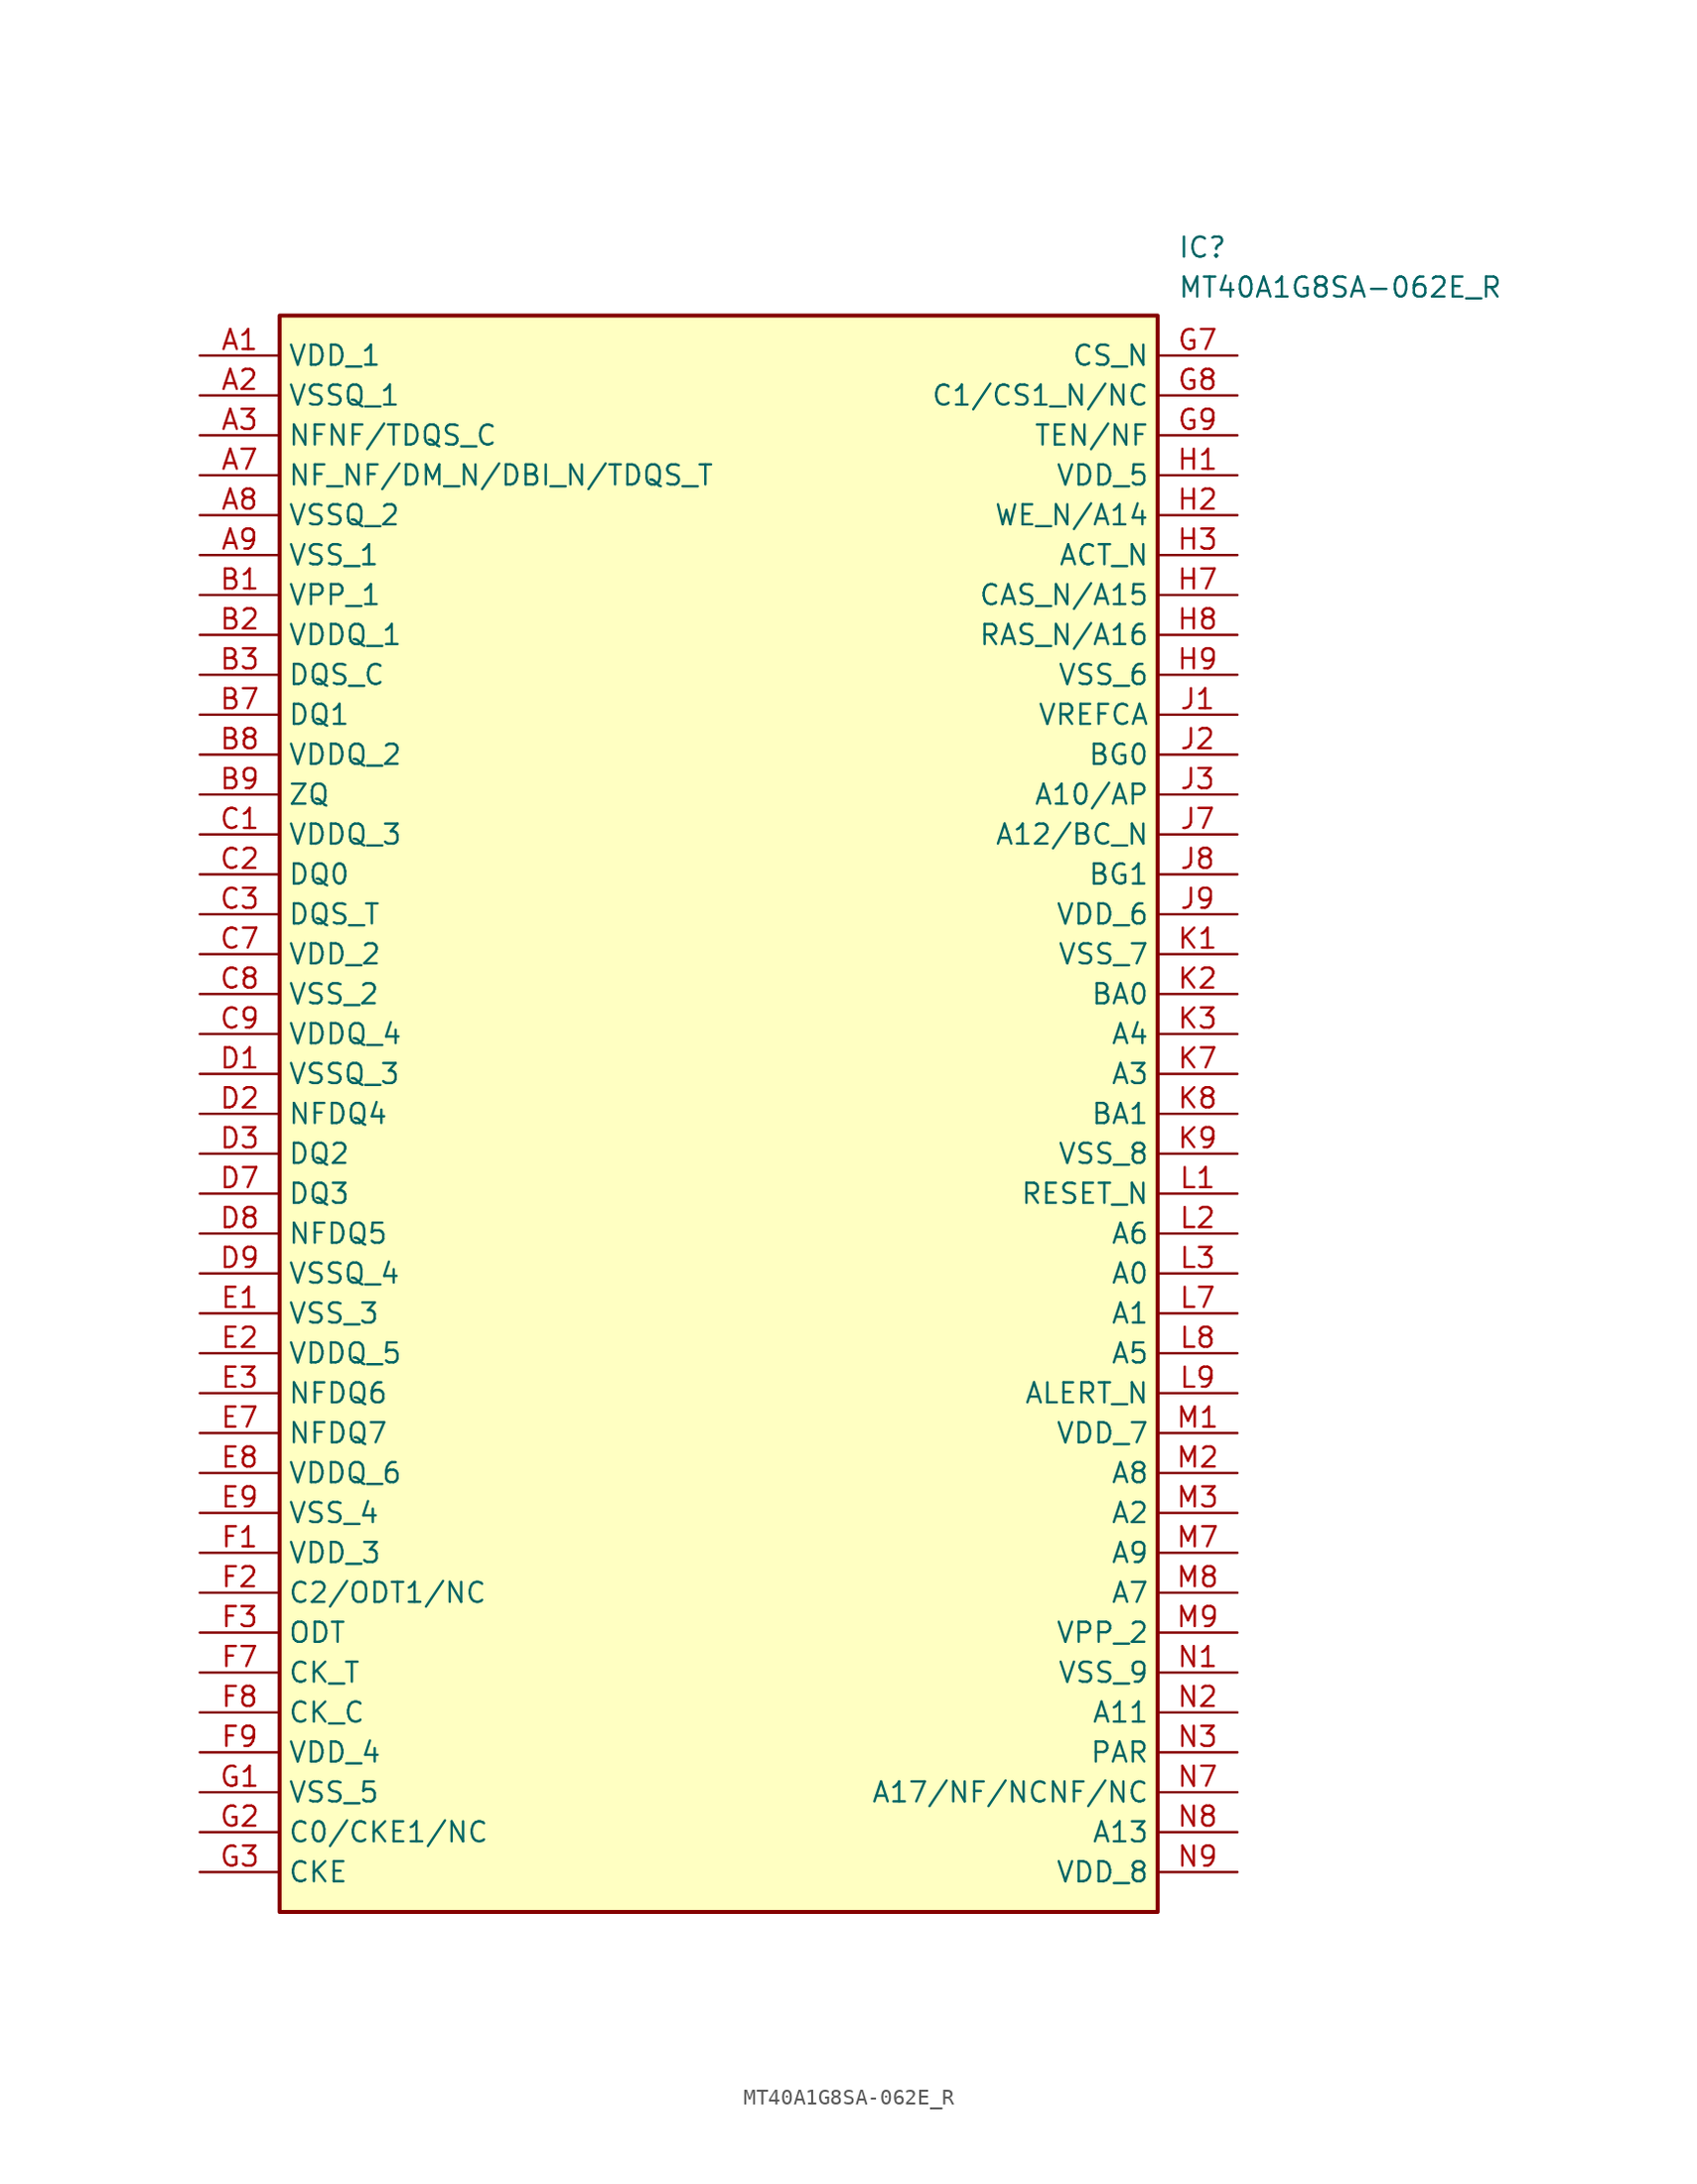
<source format=kicad_sym>
(kicad_symbol_lib
  (version 20231120)
  (generator "kicad_symbol_editor")
  (generator_version "8.0")
  (symbol "MT40A1G8SA-062E_R"
    (property "Reference" "IC"
      (at 62.23 7.62 0)
      (effects (font (size 1.27 1.27)) (justify left top)))
    (property "Value" "MT40A1G8SA-062E_R"
      (at 62.23 5.08 0)
      (effects (font (size 1.27 1.27)) (justify left top)))
    (symbol "MT40A1G8SA-062E_R_1_1"
      (rectangle (start 5.08 2.54) (end 60.96 -99.06) (stroke (width 0.254) (type default)) (fill (type background)))
      (pin passive line (at 0 0 0) (length 5.08) (name "VDD_1" (effects (font (size 1.27 1.27)))) (number "A1" (effects (font (size 1.27 1.27)))))
      (pin passive line (at 0 -2.54 0) (length 5.08) (name "VSSQ_1" (effects (font (size 1.27 1.27)))) (number "A2" (effects (font (size 1.27 1.27)))))
      (pin passive line (at 0 -5.08 0) (length 5.08) (name "NFNF/TDQS_C" (effects (font (size 1.27 1.27)))) (number "A3" (effects (font (size 1.27 1.27)))))
      (pin passive line (at 0 -7.62 0) (length 5.08) (name "NF_NF/DM_N/DBI_N/TDQS_T" (effects (font (size 1.27 1.27)))) (number "A7" (effects (font (size 1.27 1.27)))))
      (pin passive line (at 0 -10.16 0) (length 5.08) (name "VSSQ_2" (effects (font (size 1.27 1.27)))) (number "A8" (effects (font (size 1.27 1.27)))))
      (pin passive line (at 0 -12.7 0) (length 5.08) (name "VSS_1" (effects (font (size 1.27 1.27)))) (number "A9" (effects (font (size 1.27 1.27)))))
      (pin passive line (at 0 -15.24 0) (length 5.08) (name "VPP_1" (effects (font (size 1.27 1.27)))) (number "B1" (effects (font (size 1.27 1.27)))))
      (pin passive line (at 0 -17.78 0) (length 5.08) (name "VDDQ_1" (effects (font (size 1.27 1.27)))) (number "B2" (effects (font (size 1.27 1.27)))))
      (pin passive line (at 0 -20.32 0) (length 5.08) (name "DQS_C" (effects (font (size 1.27 1.27)))) (number "B3" (effects (font (size 1.27 1.27)))))
      (pin passive line (at 0 -22.86 0) (length 5.08) (name "DQ1" (effects (font (size 1.27 1.27)))) (number "B7" (effects (font (size 1.27 1.27)))))
      (pin passive line (at 0 -25.4 0) (length 5.08) (name "VDDQ_2" (effects (font (size 1.27 1.27)))) (number "B8" (effects (font (size 1.27 1.27)))))
      (pin passive line (at 0 -27.94 0) (length 5.08) (name "ZQ" (effects (font (size 1.27 1.27)))) (number "B9" (effects (font (size 1.27 1.27)))))
      (pin passive line (at 0 -30.48 0) (length 5.08) (name "VDDQ_3" (effects (font (size 1.27 1.27)))) (number "C1" (effects (font (size 1.27 1.27)))))
      (pin passive line (at 0 -33.02 0) (length 5.08) (name "DQ0" (effects (font (size 1.27 1.27)))) (number "C2" (effects (font (size 1.27 1.27)))))
      (pin passive line (at 0 -35.56 0) (length 5.08) (name "DQS_T" (effects (font (size 1.27 1.27)))) (number "C3" (effects (font (size 1.27 1.27)))))
      (pin passive line (at 0 -38.1 0) (length 5.08) (name "VDD_2" (effects (font (size 1.27 1.27)))) (number "C7" (effects (font (size 1.27 1.27)))))
      (pin passive line (at 0 -40.64 0) (length 5.08) (name "VSS_2" (effects (font (size 1.27 1.27)))) (number "C8" (effects (font (size 1.27 1.27)))))
      (pin passive line (at 0 -43.18 0) (length 5.08) (name "VDDQ_4" (effects (font (size 1.27 1.27)))) (number "C9" (effects (font (size 1.27 1.27)))))
      (pin passive line (at 0 -45.72 0) (length 5.08) (name "VSSQ_3" (effects (font (size 1.27 1.27)))) (number "D1" (effects (font (size 1.27 1.27)))))
      (pin passive line (at 0 -48.26 0) (length 5.08) (name "NFDQ4" (effects (font (size 1.27 1.27)))) (number "D2" (effects (font (size 1.27 1.27)))))
      (pin passive line (at 0 -50.8 0) (length 5.08) (name "DQ2" (effects (font (size 1.27 1.27)))) (number "D3" (effects (font (size 1.27 1.27)))))
      (pin passive line (at 0 -53.34 0) (length 5.08) (name "DQ3" (effects (font (size 1.27 1.27)))) (number "D7" (effects (font (size 1.27 1.27)))))
      (pin passive line (at 0 -55.88 0) (length 5.08) (name "NFDQ5" (effects (font (size 1.27 1.27)))) (number "D8" (effects (font (size 1.27 1.27)))))
      (pin passive line (at 0 -58.42 0) (length 5.08) (name "VSSQ_4" (effects (font (size 1.27 1.27)))) (number "D9" (effects (font (size 1.27 1.27)))))
      (pin passive line (at 0 -60.96 0) (length 5.08) (name "VSS_3" (effects (font (size 1.27 1.27)))) (number "E1" (effects (font (size 1.27 1.27)))))
      (pin passive line (at 0 -63.5 0) (length 5.08) (name "VDDQ_5" (effects (font (size 1.27 1.27)))) (number "E2" (effects (font (size 1.27 1.27)))))
      (pin passive line (at 0 -66.04 0) (length 5.08) (name "NFDQ6" (effects (font (size 1.27 1.27)))) (number "E3" (effects (font (size 1.27 1.27)))))
      (pin passive line (at 0 -68.58 0) (length 5.08) (name "NFDQ7" (effects (font (size 1.27 1.27)))) (number "E7" (effects (font (size 1.27 1.27)))))
      (pin passive line (at 0 -71.12 0) (length 5.08) (name "VDDQ_6" (effects (font (size 1.27 1.27)))) (number "E8" (effects (font (size 1.27 1.27)))))
      (pin passive line (at 0 -73.66 0) (length 5.08) (name "VSS_4" (effects (font (size 1.27 1.27)))) (number "E9" (effects (font (size 1.27 1.27)))))
      (pin passive line (at 0 -76.2 0) (length 5.08) (name "VDD_3" (effects (font (size 1.27 1.27)))) (number "F1" (effects (font (size 1.27 1.27)))))
      (pin passive line (at 0 -78.74 0) (length 5.08) (name "C2/ODT1/NC" (effects (font (size 1.27 1.27)))) (number "F2" (effects (font (size 1.27 1.27)))))
      (pin passive line (at 0 -81.28 0) (length 5.08) (name "ODT" (effects (font (size 1.27 1.27)))) (number "F3" (effects (font (size 1.27 1.27)))))
      (pin passive line (at 0 -83.82 0) (length 5.08) (name "CK_T" (effects (font (size 1.27 1.27)))) (number "F7" (effects (font (size 1.27 1.27)))))
      (pin passive line (at 0 -86.36 0) (length 5.08) (name "CK_C" (effects (font (size 1.27 1.27)))) (number "F8" (effects (font (size 1.27 1.27)))))
      (pin passive line (at 0 -88.9 0) (length 5.08) (name "VDD_4" (effects (font (size 1.27 1.27)))) (number "F9" (effects (font (size 1.27 1.27)))))
      (pin passive line (at 0 -91.44 0) (length 5.08) (name "VSS_5" (effects (font (size 1.27 1.27)))) (number "G1" (effects (font (size 1.27 1.27)))))
      (pin passive line (at 0 -93.98 0) (length 5.08) (name "C0/CKE1/NC" (effects (font (size 1.27 1.27)))) (number "G2" (effects (font (size 1.27 1.27)))))
      (pin passive line (at 0 -96.52 0) (length 5.08) (name "CKE" (effects (font (size 1.27 1.27)))) (number "G3" (effects (font (size 1.27 1.27)))))
      (pin passive line (at 66.04 0 180) (length 5.08) (name "CS_N" (effects (font (size 1.27 1.27)))) (number "G7" (effects (font (size 1.27 1.27)))))
      (pin passive line (at 66.04 -2.54 180) (length 5.08) (name "C1/CS1_N/NC" (effects (font (size 1.27 1.27)))) (number "G8" (effects (font (size 1.27 1.27)))))
      (pin passive line (at 66.04 -5.08 180) (length 5.08) (name "TEN/NF" (effects (font (size 1.27 1.27)))) (number "G9" (effects (font (size 1.27 1.27)))))
      (pin passive line (at 66.04 -7.62 180) (length 5.08) (name "VDD_5" (effects (font (size 1.27 1.27)))) (number "H1" (effects (font (size 1.27 1.27)))))
      (pin passive line (at 66.04 -10.16 180) (length 5.08) (name "WE_N/A14" (effects (font (size 1.27 1.27)))) (number "H2" (effects (font (size 1.27 1.27)))))
      (pin passive line (at 66.04 -12.7 180) (length 5.08) (name "ACT_N" (effects (font (size 1.27 1.27)))) (number "H3" (effects (font (size 1.27 1.27)))))
      (pin passive line (at 66.04 -15.24 180) (length 5.08) (name "CAS_N/A15" (effects (font (size 1.27 1.27)))) (number "H7" (effects (font (size 1.27 1.27)))))
      (pin passive line (at 66.04 -17.78 180) (length 5.08) (name "RAS_N/A16" (effects (font (size 1.27 1.27)))) (number "H8" (effects (font (size 1.27 1.27)))))
      (pin passive line (at 66.04 -20.32 180) (length 5.08) (name "VSS_6" (effects (font (size 1.27 1.27)))) (number "H9" (effects (font (size 1.27 1.27)))))
      (pin passive line (at 66.04 -22.86 180) (length 5.08) (name "VREFCA" (effects (font (size 1.27 1.27)))) (number "J1" (effects (font (size 1.27 1.27)))))
      (pin passive line (at 66.04 -25.4 180) (length 5.08) (name "BG0" (effects (font (size 1.27 1.27)))) (number "J2" (effects (font (size 1.27 1.27)))))
      (pin passive line (at 66.04 -27.94 180) (length 5.08) (name "A10/AP" (effects (font (size 1.27 1.27)))) (number "J3" (effects (font (size 1.27 1.27)))))
      (pin passive line (at 66.04 -30.48 180) (length 5.08) (name "A12/BC_N" (effects (font (size 1.27 1.27)))) (number "J7" (effects (font (size 1.27 1.27)))))
      (pin passive line (at 66.04 -33.02 180) (length 5.08) (name "BG1" (effects (font (size 1.27 1.27)))) (number "J8" (effects (font (size 1.27 1.27)))))
      (pin passive line (at 66.04 -35.56 180) (length 5.08) (name "VDD_6" (effects (font (size 1.27 1.27)))) (number "J9" (effects (font (size 1.27 1.27)))))
      (pin passive line (at 66.04 -38.1 180) (length 5.08) (name "VSS_7" (effects (font (size 1.27 1.27)))) (number "K1" (effects (font (size 1.27 1.27)))))
      (pin passive line (at 66.04 -40.64 180) (length 5.08) (name "BA0" (effects (font (size 1.27 1.27)))) (number "K2" (effects (font (size 1.27 1.27)))))
      (pin passive line (at 66.04 -43.18 180) (length 5.08) (name "A4" (effects (font (size 1.27 1.27)))) (number "K3" (effects (font (size 1.27 1.27)))))
      (pin passive line (at 66.04 -45.72 180) (length 5.08) (name "A3" (effects (font (size 1.27 1.27)))) (number "K7" (effects (font (size 1.27 1.27)))))
      (pin passive line (at 66.04 -48.26 180) (length 5.08) (name "BA1" (effects (font (size 1.27 1.27)))) (number "K8" (effects (font (size 1.27 1.27)))))
      (pin passive line (at 66.04 -50.8 180) (length 5.08) (name "VSS_8" (effects (font (size 1.27 1.27)))) (number "K9" (effects (font (size 1.27 1.27)))))
      (pin passive line (at 66.04 -53.34 180) (length 5.08) (name "RESET_N" (effects (font (size 1.27 1.27)))) (number "L1" (effects (font (size 1.27 1.27)))))
      (pin passive line (at 66.04 -55.88 180) (length 5.08) (name "A6" (effects (font (size 1.27 1.27)))) (number "L2" (effects (font (size 1.27 1.27)))))
      (pin passive line (at 66.04 -58.42 180) (length 5.08) (name "A0" (effects (font (size 1.27 1.27)))) (number "L3" (effects (font (size 1.27 1.27)))))
      (pin passive line (at 66.04 -60.96 180) (length 5.08) (name "A1" (effects (font (size 1.27 1.27)))) (number "L7" (effects (font (size 1.27 1.27)))))
      (pin passive line (at 66.04 -63.5 180) (length 5.08) (name "A5" (effects (font (size 1.27 1.27)))) (number "L8" (effects (font (size 1.27 1.27)))))
      (pin passive line (at 66.04 -66.04 180) (length 5.08) (name "ALERT_N" (effects (font (size 1.27 1.27)))) (number "L9" (effects (font (size 1.27 1.27)))))
      (pin passive line (at 66.04 -68.58 180) (length 5.08) (name "VDD_7" (effects (font (size 1.27 1.27)))) (number "M1" (effects (font (size 1.27 1.27)))))
      (pin passive line (at 66.04 -71.12 180) (length 5.08) (name "A8" (effects (font (size 1.27 1.27)))) (number "M2" (effects (font (size 1.27 1.27)))))
      (pin passive line (at 66.04 -73.66 180) (length 5.08) (name "A2" (effects (font (size 1.27 1.27)))) (number "M3" (effects (font (size 1.27 1.27)))))
      (pin passive line (at 66.04 -76.2 180) (length 5.08) (name "A9" (effects (font (size 1.27 1.27)))) (number "M7" (effects (font (size 1.27 1.27)))))
      (pin passive line (at 66.04 -78.74 180) (length 5.08) (name "A7" (effects (font (size 1.27 1.27)))) (number "M8" (effects (font (size 1.27 1.27)))))
      (pin passive line (at 66.04 -81.28 180) (length 5.08) (name "VPP_2" (effects (font (size 1.27 1.27)))) (number "M9" (effects (font (size 1.27 1.27)))))
      (pin passive line (at 66.04 -83.82 180) (length 5.08) (name "VSS_9" (effects (font (size 1.27 1.27)))) (number "N1" (effects (font (size 1.27 1.27)))))
      (pin passive line (at 66.04 -86.36 180) (length 5.08) (name "A11" (effects (font (size 1.27 1.27)))) (number "N2" (effects (font (size 1.27 1.27)))))
      (pin passive line (at 66.04 -88.9 180) (length 5.08) (name "PAR" (effects (font (size 1.27 1.27)))) (number "N3" (effects (font (size 1.27 1.27)))))
      (pin passive line (at 66.04 -91.44 180) (length 5.08) (name "A17/NF/NCNF/NC" (effects (font (size 1.27 1.27)))) (number "N7" (effects (font (size 1.27 1.27)))))
      (pin passive line (at 66.04 -93.98 180) (length 5.08) (name "A13" (effects (font (size 1.27 1.27)))) (number "N8" (effects (font (size 1.27 1.27)))))
      (pin passive line (at 66.04 -96.52 180) (length 5.08) (name "VDD_8" (effects (font (size 1.27 1.27)))) (number "N9" (effects (font (size 1.27 1.27))))))))
</source>
